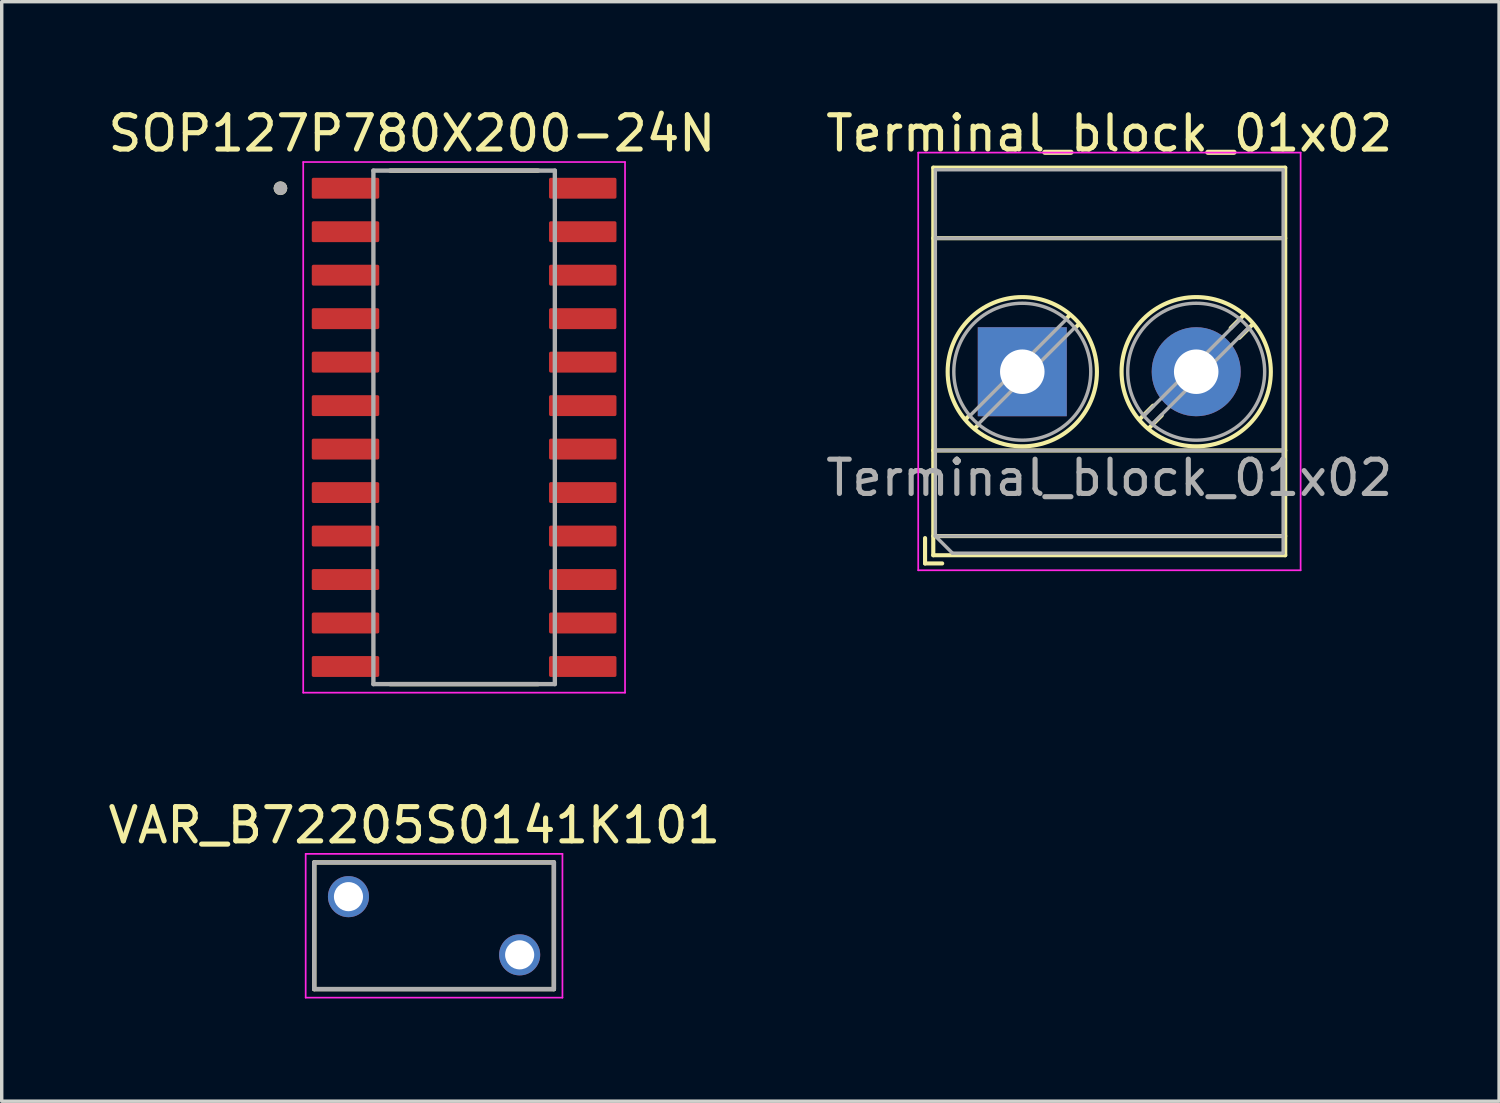
<source format=kicad_pcb>
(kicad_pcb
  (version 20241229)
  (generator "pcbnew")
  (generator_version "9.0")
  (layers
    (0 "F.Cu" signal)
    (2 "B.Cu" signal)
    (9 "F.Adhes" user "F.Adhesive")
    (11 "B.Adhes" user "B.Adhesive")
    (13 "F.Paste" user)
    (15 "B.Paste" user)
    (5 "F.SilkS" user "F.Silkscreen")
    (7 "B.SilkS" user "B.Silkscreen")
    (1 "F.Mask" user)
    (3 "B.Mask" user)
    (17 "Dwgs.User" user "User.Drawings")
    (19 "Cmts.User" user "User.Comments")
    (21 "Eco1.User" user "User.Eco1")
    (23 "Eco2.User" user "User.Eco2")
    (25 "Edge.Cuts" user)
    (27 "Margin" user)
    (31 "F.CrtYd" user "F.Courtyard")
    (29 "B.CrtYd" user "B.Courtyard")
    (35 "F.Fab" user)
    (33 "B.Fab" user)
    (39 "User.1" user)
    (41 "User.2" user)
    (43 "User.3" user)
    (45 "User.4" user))
  (footprint "Terminal_block_01x02"
    (layer "F.Cu")
    (at 26.811 7.808)
    (property "Reference" "Terminal_block_01x02" (at 2.54 -6.96 0) (layer "F.SilkS") (effects (font (size 1 1) (thickness 0.15))))
    (attr through_hole)
    (fp_line (start -2.84 4.86) (end -2.84 5.6) (stroke (width 0.12) (type solid)) (layer "F.SilkS"))
    (fp_line (start -2.84 5.6) (end -2.34 5.6) (stroke (width 0.12) (type solid)) (layer "F.SilkS"))
    (fp_line (start -2.6 -5.96) (end -2.6 5.36) (stroke (width 0.12) (type solid)) (layer "F.SilkS"))
    (fp_line (start -2.6 -5.96) (end 7.68 -5.96) (stroke (width 0.12) (type solid)) (layer "F.SilkS"))
    (fp_line (start -2.6 -3.9) (end 7.68 -3.9) (stroke (width 0.12) (type solid)) (layer "F.SilkS"))
    (fp_line (start -2.6 2.3) (end 7.68 2.3) (stroke (width 0.12) (type solid)) (layer "F.SilkS"))
    (fp_line (start -2.6 4.8) (end 7.68 4.8) (stroke (width 0.12) (type solid)) (layer "F.SilkS"))
    (fp_line (start -2.6 5.36) (end 7.68 5.36) (stroke (width 0.12) (type solid)) (layer "F.SilkS"))
    (fp_line (start -1.548 1.281) (end -1.654 1.388) (stroke (width 0.12) (type solid)) (layer "F.SilkS"))
    (fp_line (start -1.282 1.547) (end -1.388 1.654) (stroke (width 0.12) (type solid)) (layer "F.SilkS"))
    (fp_line (start 1.388 -1.654) (end 1.281 -1.547) (stroke (width 0.12) (type solid)) (layer "F.SilkS"))
    (fp_line (start 1.654 -1.388) (end 1.547 -1.281) (stroke (width 0.12) (type solid)) (layer "F.SilkS"))
    (fp_line (start 3.822 0.992) (end 3.427 1.388) (stroke (width 0.12) (type solid)) (layer "F.SilkS"))
    (fp_line (start 4.073 1.274) (end 3.693 1.654) (stroke (width 0.12) (type solid)) (layer "F.SilkS"))
    (fp_line (start 6.468 -1.654) (end 6.088 -1.274) (stroke (width 0.12) (type solid)) (layer "F.SilkS"))
    (fp_line (start 6.734 -1.388) (end 6.339 -0.992) (stroke (width 0.12) (type solid)) (layer "F.SilkS"))
    (fp_line (start 7.68 -5.96) (end 7.68 5.36) (stroke (width 0.12) (type solid)) (layer "F.SilkS"))
    (fp_circle (center 0 0) (end 2.18 0) (stroke (width 0.12) (type solid)) (fill no) (layer "F.SilkS"))
    (fp_circle (center 5.08 0) (end 7.26 0) (stroke (width 0.12) (type solid)) (fill no) (layer "F.SilkS"))
    (fp_line (start -3.04 -6.4) (end -3.04 5.8) (stroke (width 0.05) (type solid)) (layer "F.CrtYd"))
    (fp_line (start -3.04 5.8) (end 8.13 5.8) (stroke (width 0.05) (type solid)) (layer "F.CrtYd"))
    (fp_line (start 8.13 -6.4) (end -3.04 -6.4) (stroke (width 0.05) (type solid)) (layer "F.CrtYd"))
    (fp_line (start 8.13 5.8) (end 8.13 -6.4) (stroke (width 0.05) (type solid)) (layer "F.CrtYd"))
    (fp_line (start -2.54 -5.9) (end 7.62 -5.9) (stroke (width 0.1) (type solid)) (layer "F.Fab"))
    (fp_line (start -2.54 -3.9) (end 7.62 -3.9) (stroke (width 0.1) (type solid)) (layer "F.Fab"))
    (fp_line (start -2.54 2.3) (end 7.62 2.3) (stroke (width 0.1) (type solid)) (layer "F.Fab"))
    (fp_line (start -2.54 4.8) (end -2.54 -5.9) (stroke (width 0.1) (type solid)) (layer "F.Fab"))
    (fp_line (start -2.54 4.8) (end 7.62 4.8) (stroke (width 0.1) (type solid)) (layer "F.Fab"))
    (fp_line (start -2.04 5.3) (end -2.54 4.8) (stroke (width 0.1) (type solid)) (layer "F.Fab"))
    (fp_line (start 1.273 -1.517) (end -1.517 1.273) (stroke (width 0.1) (type solid)) (layer "F.Fab"))
    (fp_line (start 1.517 -1.273) (end -1.273 1.517) (stroke (width 0.1) (type solid)) (layer "F.Fab"))
    (fp_line (start 6.353 -1.517) (end 3.564 1.273) (stroke (width 0.1) (type solid)) (layer "F.Fab"))
    (fp_line (start 6.597 -1.273) (end 3.808 1.517) (stroke (width 0.1) (type solid)) (layer "F.Fab"))
    (fp_line (start 7.62 -5.9) (end 7.62 5.3) (stroke (width 0.1) (type solid)) (layer "F.Fab"))
    (fp_line (start 7.62 5.3) (end -2.04 5.3) (stroke (width 0.1) (type solid)) (layer "F.Fab"))
    (fp_circle (center 0 0) (end 2 0) (stroke (width 0.1) (type solid)) (fill no) (layer "F.Fab"))
    (fp_circle (center 5.08 0) (end 7.08 0) (stroke (width 0.1) (type solid)) (fill no) (layer "F.Fab"))
    (fp_text user "${REFERENCE}" (at 2.54 3.1 0) (layer "F.Fab") (effects (font (size 1 1) (thickness 0.15))))
    (pad "1" thru_hole rect (at 0 0) (size 2.6 2.6) (drill 1.3) (layers "*.Cu" "*.Mask"))
    (pad "2" thru_hole circle (at 5.08 0) (size 2.6 2.6) (drill 1.3) (layers "*.Cu" "*.Mask")))
  (footprint "VAR_B72205S0141K101"
    (layer "F.Cu")
    (at 9.629 23.991)
    (property "Reference" "VAR_B72205S0141K101" (at -0.575 -2.935 0) (layer "F.SilkS") (effects (font (size 1 1) (thickness 0.15))))
    (attr through_hole)
    (fp_line (start -3.5 -1.85) (end -3.5 1.85) (stroke (width 0.127) (type solid)) (layer "F.SilkS"))
    (fp_line (start -3.5 -1.85) (end 3.5 -1.85) (stroke (width 0.127) (type solid)) (layer "F.SilkS"))
    (fp_line (start -3.5 1.85) (end 3.5 1.85) (stroke (width 0.127) (type solid)) (layer "F.SilkS"))
    (fp_line (start 3.5 -1.85) (end 3.5 1.85) (stroke (width 0.127) (type solid)) (layer "F.SilkS"))
    (fp_line (start -3.75 -2.1) (end -3.75 2.1) (stroke (width 0.05) (type solid)) (layer "F.CrtYd"))
    (fp_line (start -3.75 -2.1) (end 3.75 -2.1) (stroke (width 0.05) (type solid)) (layer "F.CrtYd"))
    (fp_line (start 3.75 -2.1) (end 3.75 2.1) (stroke (width 0.05) (type solid)) (layer "F.CrtYd"))
    (fp_line (start 3.75 2.1) (end -3.75 2.1) (stroke (width 0.05) (type solid)) (layer "F.CrtYd"))
    (fp_line (start -3.5 -1.85) (end -3.5 1.85) (stroke (width 0.127) (type solid)) (layer "F.Fab"))
    (fp_line (start -3.5 -1.85) (end 3.5 -1.85) (stroke (width 0.127) (type solid)) (layer "F.Fab"))
    (fp_line (start 3.5 -1.85) (end 3.5 1.85) (stroke (width 0.127) (type solid)) (layer "F.Fab"))
    (fp_line (start 3.5 1.85) (end -3.5 1.85) (stroke (width 0.127) (type solid)) (layer "F.Fab"))
    (pad "1" thru_hole circle (at -2.5 -0.85) (size 1.2 1.2) (drill 0.85) (layers "*.Cu" "*.Mask"))
    (pad "2" thru_hole circle (at 2.5 0.85) (size 1.2 1.2) (drill 0.85) (layers "*.Cu" "*.Mask")))
  (footprint "SOP127P780X200-24N"
    (layer "F.Cu")
    (at 10.507 9.433)
    (property "Reference" "SOP127P780X200-24N" (at -1.525 -8.585 0) (layer "F.SilkS") (effects (font (size 1 1) (thickness 0.15))))
    (attr smd)
    (fp_line (start -2.16 -7.5) (end 2.16 -7.5) (stroke (width 0.127) (type solid)) (layer "F.SilkS"))
    (fp_line (start -2.16 7.5) (end 2.16 7.5) (stroke (width 0.127) (type solid)) (layer "F.SilkS"))
    (fp_circle (center -5.365 -6.985) (end -5.265 -6.985) (stroke (width 0.2) (type solid)) (fill no) (layer "F.SilkS"))
    (fp_line (start -4.7 -7.75) (end -4.7 7.75) (stroke (width 0.05) (type solid)) (layer "F.CrtYd"))
    (fp_line (start -4.7 7.75) (end 4.7 7.75) (stroke (width 0.05) (type solid)) (layer "F.CrtYd"))
    (fp_line (start 4.7 -7.75) (end -4.7 -7.75) (stroke (width 0.05) (type solid)) (layer "F.CrtYd"))
    (fp_line (start 4.7 7.75) (end 4.7 -7.75) (stroke (width 0.05) (type solid)) (layer "F.CrtYd"))
    (fp_line (start -2.65 -7.5) (end -2.65 7.5) (stroke (width 0.127) (type solid)) (layer "F.Fab"))
    (fp_line (start -2.65 -7.5) (end 2.65 -7.5) (stroke (width 0.127) (type solid)) (layer "F.Fab"))
    (fp_line (start -2.65 7.5) (end 2.65 7.5) (stroke (width 0.127) (type solid)) (layer "F.Fab"))
    (fp_line (start 2.65 -7.5) (end 2.65 7.5) (stroke (width 0.127) (type solid)) (layer "F.Fab"))
    (fp_circle (center -5.365 -6.985) (end -5.265 -6.985) (stroke (width 0.2) (type solid)) (fill no) (layer "F.Fab"))
    (pad "1" smd roundrect (at -3.465 -6.985) (size 1.97 0.61) (layers "F.Cu" "F.Mask" "F.Paste") (roundrect_rratio 0.08))
    (pad "2" smd roundrect (at -3.465 -5.715) (size 1.97 0.61) (layers "F.Cu" "F.Mask" "F.Paste") (roundrect_rratio 0.08))
    (pad "3" smd roundrect (at -3.465 -4.445) (size 1.97 0.61) (layers "F.Cu" "F.Mask" "F.Paste") (roundrect_rratio 0.08))
    (pad "4" smd roundrect (at -3.465 -3.175) (size 1.97 0.61) (layers "F.Cu" "F.Mask" "F.Paste") (roundrect_rratio 0.08))
    (pad "5" smd roundrect (at -3.465 -1.905) (size 1.97 0.61) (layers "F.Cu" "F.Mask" "F.Paste") (roundrect_rratio 0.08))
    (pad "6" smd roundrect (at -3.465 -0.635) (size 1.97 0.61) (layers "F.Cu" "F.Mask" "F.Paste") (roundrect_rratio 0.08))
    (pad "7" smd roundrect (at -3.465 0.635) (size 1.97 0.61) (layers "F.Cu" "F.Mask" "F.Paste") (roundrect_rratio 0.08))
    (pad "8" smd roundrect (at -3.465 1.905) (size 1.97 0.61) (layers "F.Cu" "F.Mask" "F.Paste") (roundrect_rratio 0.08))
    (pad "9" smd roundrect (at -3.465 3.175) (size 1.97 0.61) (layers "F.Cu" "F.Mask" "F.Paste") (roundrect_rratio 0.08))
    (pad "10" smd roundrect (at -3.465 4.445) (size 1.97 0.61) (layers "F.Cu" "F.Mask" "F.Paste") (roundrect_rratio 0.08))
    (pad "11" smd roundrect (at -3.465 5.715) (size 1.97 0.61) (layers "F.Cu" "F.Mask" "F.Paste") (roundrect_rratio 0.08))
    (pad "12" smd roundrect (at -3.465 6.985) (size 1.97 0.61) (layers "F.Cu" "F.Mask" "F.Paste") (roundrect_rratio 0.08))
    (pad "13" smd roundrect (at 3.465 6.985) (size 1.97 0.61) (layers "F.Cu" "F.Mask" "F.Paste") (roundrect_rratio 0.08))
    (pad "14" smd roundrect (at 3.465 5.715) (size 1.97 0.61) (layers "F.Cu" "F.Mask" "F.Paste") (roundrect_rratio 0.08))
    (pad "15" smd roundrect (at 3.465 4.445) (size 1.97 0.61) (layers "F.Cu" "F.Mask" "F.Paste") (roundrect_rratio 0.08))
    (pad "16" smd roundrect (at 3.465 3.175) (size 1.97 0.61) (layers "F.Cu" "F.Mask" "F.Paste") (roundrect_rratio 0.08))
    (pad "17" smd roundrect (at 3.465 1.905) (size 1.97 0.61) (layers "F.Cu" "F.Mask" "F.Paste") (roundrect_rratio 0.08))
    (pad "18" smd roundrect (at 3.465 0.635) (size 1.97 0.61) (layers "F.Cu" "F.Mask" "F.Paste") (roundrect_rratio 0.08))
    (pad "19" smd roundrect (at 3.465 -0.635) (size 1.97 0.61) (layers "F.Cu" "F.Mask" "F.Paste") (roundrect_rratio 0.08))
    (pad "20" smd roundrect (at 3.465 -1.905) (size 1.97 0.61) (layers "F.Cu" "F.Mask" "F.Paste") (roundrect_rratio 0.08))
    (pad "21" smd roundrect (at 3.465 -3.175) (size 1.97 0.61) (layers "F.Cu" "F.Mask" "F.Paste") (roundrect_rratio 0.08))
    (pad "22" smd roundrect (at 3.465 -4.445) (size 1.97 0.61) (layers "F.Cu" "F.Mask" "F.Paste") (roundrect_rratio 0.08))
    (pad "23" smd roundrect (at 3.465 -5.715) (size 1.97 0.61) (layers "F.Cu" "F.Mask" "F.Paste") (roundrect_rratio 0.08))
    (pad "24" smd roundrect (at 3.465 -6.985) (size 1.97 0.61) (layers "F.Cu" "F.Mask" "F.Paste") (roundrect_rratio 0.08)))
  (gr_rect
    (start -3 -3)
    (end 40.738 29.116)
    (stroke (width 0.1) (type default))
    (fill no)
    (layer "Edge.Cuts")))
</source>
